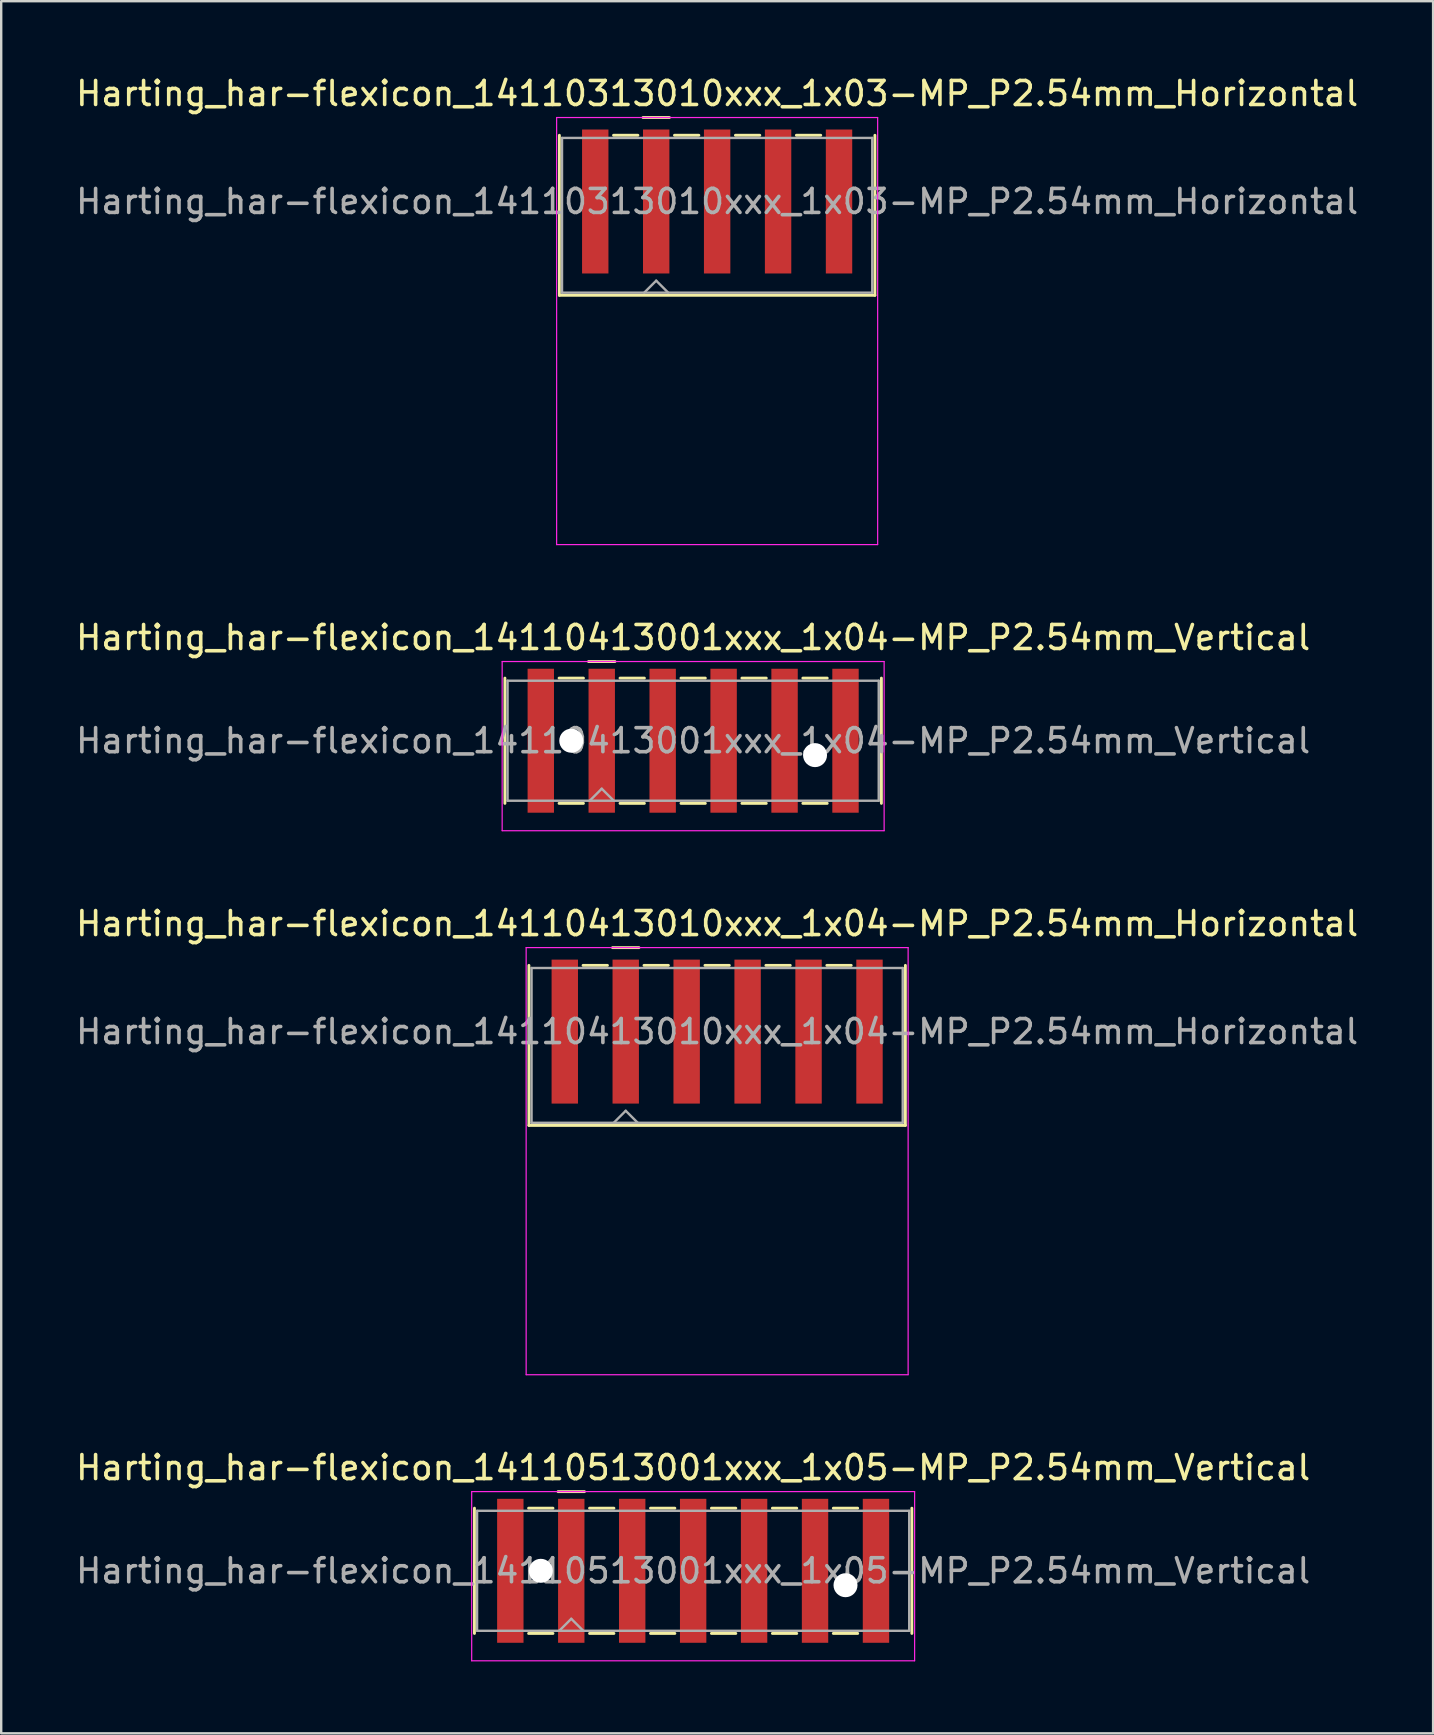
<source format=kicad_pcb>
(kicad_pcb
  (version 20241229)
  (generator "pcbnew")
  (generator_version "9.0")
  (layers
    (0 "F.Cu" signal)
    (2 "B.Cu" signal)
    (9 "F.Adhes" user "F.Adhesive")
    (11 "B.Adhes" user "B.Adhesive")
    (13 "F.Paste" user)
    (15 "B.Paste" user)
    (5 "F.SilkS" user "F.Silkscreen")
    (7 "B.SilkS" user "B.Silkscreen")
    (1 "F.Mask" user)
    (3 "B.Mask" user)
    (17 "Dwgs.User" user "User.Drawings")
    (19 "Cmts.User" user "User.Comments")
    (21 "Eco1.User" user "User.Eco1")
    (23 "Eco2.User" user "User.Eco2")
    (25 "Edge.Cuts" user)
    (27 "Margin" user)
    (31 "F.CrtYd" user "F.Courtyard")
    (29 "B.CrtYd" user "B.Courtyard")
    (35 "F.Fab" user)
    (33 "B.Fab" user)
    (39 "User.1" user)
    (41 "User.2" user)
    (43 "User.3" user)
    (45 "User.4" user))
  (footprint "Harting_har-flexicon_14110413001xxx_1x04-MP_P2.54mm_Vertical"
    (layer "F.Cu")
    (at 25.839 27.822)
    (property "Reference" "Harting_har-flexicon_14110413001xxx_1x04-MP_P2.54mm_Vertical" (at 0 -4.3 0) (layer "F.SilkS") (effects (font (size 1 1) (thickness 0.15))))
    (attr smd)
    (fp_line (start -7.845 -2.61) (end -7.845 2.61) (stroke (width 0.12) (type solid)) (layer "F.SilkS"))
    (fp_line (start -5.588 -2.61) (end -4.572 -2.61) (stroke (width 0.12) (type solid)) (layer "F.SilkS"))
    (fp_line (start -5.588 2.61) (end -4.572 2.61) (stroke (width 0.12) (type solid)) (layer "F.SilkS"))
    (fp_line (start -4.36 -3.3) (end -3.26 -3.3) (stroke (width 0.12) (type solid)) (layer "F.SilkS"))
    (fp_line (start -3.048 -2.61) (end -2.032 -2.61) (stroke (width 0.12) (type solid)) (layer "F.SilkS"))
    (fp_line (start -3.048 2.61) (end -2.032 2.61) (stroke (width 0.12) (type solid)) (layer "F.SilkS"))
    (fp_line (start -0.508 -2.61) (end 0.508 -2.61) (stroke (width 0.12) (type solid)) (layer "F.SilkS"))
    (fp_line (start -0.508 2.61) (end 0.508 2.61) (stroke (width 0.12) (type solid)) (layer "F.SilkS"))
    (fp_line (start 2.032 -2.61) (end 3.048 -2.61) (stroke (width 0.12) (type solid)) (layer "F.SilkS"))
    (fp_line (start 2.032 2.61) (end 3.048 2.61) (stroke (width 0.12) (type solid)) (layer "F.SilkS"))
    (fp_line (start 4.572 -2.61) (end 5.588 -2.61) (stroke (width 0.12) (type solid)) (layer "F.SilkS"))
    (fp_line (start 4.572 2.61) (end 5.588 2.61) (stroke (width 0.12) (type solid)) (layer "F.SilkS"))
    (fp_line (start 7.845 -2.61) (end 7.845 2.61) (stroke (width 0.12) (type solid)) (layer "F.SilkS"))
    (fp_line (start -7.96 -3.3) (end -7.96 3.75) (stroke (width 0.05) (type solid)) (layer "F.CrtYd"))
    (fp_line (start -7.96 3.75) (end 7.96 3.75) (stroke (width 0.05) (type solid)) (layer "F.CrtYd"))
    (fp_line (start 7.96 -3.3) (end -7.96 -3.3) (stroke (width 0.05) (type solid)) (layer "F.CrtYd"))
    (fp_line (start 7.96 3.75) (end 7.96 -3.3) (stroke (width 0.05) (type solid)) (layer "F.CrtYd"))
    (fp_line (start -7.735 -2.5) (end -7.735 2.5) (stroke (width 0.1) (type solid)) (layer "F.Fab"))
    (fp_line (start -7.735 2.5) (end 7.735 2.5) (stroke (width 0.1) (type solid)) (layer "F.Fab"))
    (fp_line (start -4.31 2.5) (end -3.81 2) (stroke (width 0.1) (type solid)) (layer "F.Fab"))
    (fp_line (start -3.81 2) (end -3.31 2.5) (stroke (width 0.1) (type solid)) (layer "F.Fab"))
    (fp_line (start 7.735 -2.5) (end -7.735 -2.5) (stroke (width 0.1) (type solid)) (layer "F.Fab"))
    (fp_line (start 7.735 2.5) (end 7.735 -2.5) (stroke (width 0.1) (type solid)) (layer "F.Fab"))
    (fp_text user "${REFERENCE}" (at 0 0 0) (layer "F.Fab") (effects (font (size 1 1) (thickness 0.15))))
    (pad "" np_thru_hole circle (at -5.08 0) (size 1 1) (drill 1) (layers "*.Cu" "*.Mask"))
    (pad "" np_thru_hole circle (at 5.08 0.6) (size 1 1) (drill 1) (layers "*.Cu" "*.Mask"))
    (pad "1" smd rect (at -3.81 0) (size 1.1 6) (layers "F.Cu" "F.Mask" "F.Paste"))
    (pad "2" smd rect (at -1.27 0) (size 1.1 6) (layers "F.Cu" "F.Mask" "F.Paste"))
    (pad "3" smd rect (at 1.27 0) (size 1.1 6) (layers "F.Cu" "F.Mask" "F.Paste"))
    (pad "4" smd rect (at 3.81 0) (size 1.1 6) (layers "F.Cu" "F.Mask" "F.Paste"))
    (pad "MP" smd rect (at -6.35 0) (size 1.1 6) (layers "F.Cu" "F.Mask" "F.Paste"))
    (pad "MP" smd rect (at 6.35 0) (size 1.1 6) (layers "F.Cu" "F.Mask" "F.Paste")))
  (footprint "Harting_har-flexicon_14110413010xxx_1x04-MP_P2.54mm_Horizontal"
    (layer "F.Cu")
    (at 26.839 41.245)
    (property "Reference" "Harting_har-flexicon_14110413010xxx_1x04-MP_P2.54mm_Horizontal" (at 0 -5.8 0) (layer "F.SilkS") (effects (font (size 1 1) (thickness 0.15))))
    (attr smd)
    (fp_line (start -7.845 -4.06) (end -7.845 2.61) (stroke (width 0.12) (type solid)) (layer "F.SilkS"))
    (fp_line (start -5.588 -4.06) (end -4.572 -4.06) (stroke (width 0.12) (type solid)) (layer "F.SilkS"))
    (fp_line (start -4.36 -4.8) (end -3.26 -4.8) (stroke (width 0.12) (type solid)) (layer "F.SilkS"))
    (fp_line (start -3.048 -4.06) (end -2.032 -4.06) (stroke (width 0.12) (type solid)) (layer "F.SilkS"))
    (fp_line (start -0.508 -4.06) (end 0.508 -4.06) (stroke (width 0.12) (type solid)) (layer "F.SilkS"))
    (fp_line (start 2.032 -4.06) (end 3.048 -4.06) (stroke (width 0.12) (type solid)) (layer "F.SilkS"))
    (fp_line (start 4.572 -4.06) (end 5.588 -4.06) (stroke (width 0.12) (type solid)) (layer "F.SilkS"))
    (fp_line (start 7.845 -4.06) (end 7.845 2.61) (stroke (width 0.12) (type solid)) (layer "F.SilkS"))
    (fp_line (start 7.845 2.61) (end -7.845 2.61) (stroke (width 0.12) (type solid)) (layer "F.SilkS"))
    (fp_line (start -7.96 -4.8) (end -7.96 13) (stroke (width 0.05) (type solid)) (layer "F.CrtYd"))
    (fp_line (start -7.96 13) (end 7.96 13) (stroke (width 0.05) (type solid)) (layer "F.CrtYd"))
    (fp_line (start 7.96 -4.8) (end -7.96 -4.8) (stroke (width 0.05) (type solid)) (layer "F.CrtYd"))
    (fp_line (start 7.96 13) (end 7.96 -4.8) (stroke (width 0.05) (type solid)) (layer "F.CrtYd"))
    (fp_line (start -7.735 -3.95) (end -7.735 2.5) (stroke (width 0.1) (type solid)) (layer "F.Fab"))
    (fp_line (start -7.735 2.5) (end 7.735 2.5) (stroke (width 0.1) (type solid)) (layer "F.Fab"))
    (fp_line (start -4.31 2.5) (end -3.81 2) (stroke (width 0.1) (type solid)) (layer "F.Fab"))
    (fp_line (start -3.81 2) (end -3.31 2.5) (stroke (width 0.1) (type solid)) (layer "F.Fab"))
    (fp_line (start 7.735 -3.95) (end -7.735 -3.95) (stroke (width 0.1) (type solid)) (layer "F.Fab"))
    (fp_line (start 7.735 2.5) (end 7.735 -3.95) (stroke (width 0.1) (type solid)) (layer "F.Fab"))
    (fp_text user "${REFERENCE}" (at 0 -1.3 0) (layer "F.Fab") (effects (font (size 1 1) (thickness 0.15))))
    (pad "1" smd rect (at -3.81 -1.3) (size 1.1 6) (layers "F.Cu" "F.Mask" "F.Paste"))
    (pad "2" smd rect (at -1.27 -1.3) (size 1.1 6) (layers "F.Cu" "F.Mask" "F.Paste"))
    (pad "3" smd rect (at 1.27 -1.3) (size 1.1 6) (layers "F.Cu" "F.Mask" "F.Paste"))
    (pad "4" smd rect (at 3.81 -1.3) (size 1.1 6) (layers "F.Cu" "F.Mask" "F.Paste"))
    (pad "MP" smd rect (at -6.35 -1.3) (size 1.1 6) (layers "F.Cu" "F.Mask" "F.Paste"))
    (pad "MP" smd rect (at 6.35 -1.3) (size 1.1 6) (layers "F.Cu" "F.Mask" "F.Paste")))
  (footprint "Harting_har-flexicon_14110313010xxx_1x03-MP_P2.54mm_Horizontal"
    (layer "F.Cu")
    (at 26.839 6.648)
    (property "Reference" "Harting_har-flexicon_14110313010xxx_1x03-MP_P2.54mm_Horizontal" (at 0 -5.8 0) (layer "F.SilkS") (effects (font (size 1 1) (thickness 0.15))))
    (attr smd)
    (fp_line (start -6.575 -4.06) (end -6.575 2.61) (stroke (width 0.12) (type solid)) (layer "F.SilkS"))
    (fp_line (start -4.318 -4.06) (end -3.302 -4.06) (stroke (width 0.12) (type solid)) (layer "F.SilkS"))
    (fp_line (start -3.09 -4.8) (end -1.99 -4.8) (stroke (width 0.12) (type solid)) (layer "F.SilkS"))
    (fp_line (start -1.778 -4.06) (end -0.762 -4.06) (stroke (width 0.12) (type solid)) (layer "F.SilkS"))
    (fp_line (start 0.762 -4.06) (end 1.778 -4.06) (stroke (width 0.12) (type solid)) (layer "F.SilkS"))
    (fp_line (start 3.302 -4.06) (end 4.318 -4.06) (stroke (width 0.12) (type solid)) (layer "F.SilkS"))
    (fp_line (start 6.575 -4.06) (end 6.575 2.61) (stroke (width 0.12) (type solid)) (layer "F.SilkS"))
    (fp_line (start 6.575 2.61) (end -6.575 2.61) (stroke (width 0.12) (type solid)) (layer "F.SilkS"))
    (fp_line (start -6.69 -4.8) (end -6.69 13) (stroke (width 0.05) (type solid)) (layer "F.CrtYd"))
    (fp_line (start -6.69 13) (end 6.69 13) (stroke (width 0.05) (type solid)) (layer "F.CrtYd"))
    (fp_line (start 6.69 -4.8) (end -6.69 -4.8) (stroke (width 0.05) (type solid)) (layer "F.CrtYd"))
    (fp_line (start 6.69 13) (end 6.69 -4.8) (stroke (width 0.05) (type solid)) (layer "F.CrtYd"))
    (fp_line (start -6.465 -3.95) (end -6.465 2.5) (stroke (width 0.1) (type solid)) (layer "F.Fab"))
    (fp_line (start -6.465 2.5) (end 6.465 2.5) (stroke (width 0.1) (type solid)) (layer "F.Fab"))
    (fp_line (start -3.04 2.5) (end -2.54 2) (stroke (width 0.1) (type solid)) (layer "F.Fab"))
    (fp_line (start -2.54 2) (end -2.04 2.5) (stroke (width 0.1) (type solid)) (layer "F.Fab"))
    (fp_line (start 6.465 -3.95) (end -6.465 -3.95) (stroke (width 0.1) (type solid)) (layer "F.Fab"))
    (fp_line (start 6.465 2.5) (end 6.465 -3.95) (stroke (width 0.1) (type solid)) (layer "F.Fab"))
    (fp_text user "${REFERENCE}" (at 0 -1.3 0) (layer "F.Fab") (effects (font (size 1 1) (thickness 0.15))))
    (pad "1" smd rect (at -2.54 -1.3) (size 1.1 6) (layers "F.Cu" "F.Mask" "F.Paste"))
    (pad "2" smd rect (at 0 -1.3) (size 1.1 6) (layers "F.Cu" "F.Mask" "F.Paste"))
    (pad "3" smd rect (at 2.54 -1.3) (size 1.1 6) (layers "F.Cu" "F.Mask" "F.Paste"))
    (pad "MP" smd rect (at -5.08 -1.3) (size 1.1 6) (layers "F.Cu" "F.Mask" "F.Paste"))
    (pad "MP" smd rect (at 5.08 -1.3) (size 1.1 6) (layers "F.Cu" "F.Mask" "F.Paste")))
  (footprint "Harting_har-flexicon_14110513001xxx_1x05-MP_P2.54mm_Vertical"
    (layer "F.Cu")
    (at 25.839 62.418)
    (property "Reference" "Harting_har-flexicon_14110513001xxx_1x05-MP_P2.54mm_Vertical" (at 0 -4.3 0) (layer "F.SilkS") (effects (font (size 1 1) (thickness 0.15))))
    (attr smd)
    (fp_line (start -9.115 -2.61) (end -9.115 2.61) (stroke (width 0.12) (type solid)) (layer "F.SilkS"))
    (fp_line (start -6.858 -2.61) (end -5.842 -2.61) (stroke (width 0.12) (type solid)) (layer "F.SilkS"))
    (fp_line (start -6.858 2.61) (end -5.842 2.61) (stroke (width 0.12) (type solid)) (layer "F.SilkS"))
    (fp_line (start -5.63 -3.3) (end -4.53 -3.3) (stroke (width 0.12) (type solid)) (layer "F.SilkS"))
    (fp_line (start -4.318 -2.61) (end -3.302 -2.61) (stroke (width 0.12) (type solid)) (layer "F.SilkS"))
    (fp_line (start -4.318 2.61) (end -3.302 2.61) (stroke (width 0.12) (type solid)) (layer "F.SilkS"))
    (fp_line (start -1.778 -2.61) (end -0.762 -2.61) (stroke (width 0.12) (type solid)) (layer "F.SilkS"))
    (fp_line (start -1.778 2.61) (end -0.762 2.61) (stroke (width 0.12) (type solid)) (layer "F.SilkS"))
    (fp_line (start 0.762 -2.61) (end 1.778 -2.61) (stroke (width 0.12) (type solid)) (layer "F.SilkS"))
    (fp_line (start 0.762 2.61) (end 1.778 2.61) (stroke (width 0.12) (type solid)) (layer "F.SilkS"))
    (fp_line (start 3.302 -2.61) (end 4.318 -2.61) (stroke (width 0.12) (type solid)) (layer "F.SilkS"))
    (fp_line (start 3.302 2.61) (end 4.318 2.61) (stroke (width 0.12) (type solid)) (layer "F.SilkS"))
    (fp_line (start 5.842 -2.61) (end 6.858 -2.61) (stroke (width 0.12) (type solid)) (layer "F.SilkS"))
    (fp_line (start 5.842 2.61) (end 6.858 2.61) (stroke (width 0.12) (type solid)) (layer "F.SilkS"))
    (fp_line (start 9.115 -2.61) (end 9.115 2.61) (stroke (width 0.12) (type solid)) (layer "F.SilkS"))
    (fp_line (start -9.23 -3.3) (end -9.23 3.75) (stroke (width 0.05) (type solid)) (layer "F.CrtYd"))
    (fp_line (start -9.23 3.75) (end 9.23 3.75) (stroke (width 0.05) (type solid)) (layer "F.CrtYd"))
    (fp_line (start 9.23 -3.3) (end -9.23 -3.3) (stroke (width 0.05) (type solid)) (layer "F.CrtYd"))
    (fp_line (start 9.23 3.75) (end 9.23 -3.3) (stroke (width 0.05) (type solid)) (layer "F.CrtYd"))
    (fp_line (start -9.005 -2.5) (end -9.005 2.5) (stroke (width 0.1) (type solid)) (layer "F.Fab"))
    (fp_line (start -9.005 2.5) (end 9.005 2.5) (stroke (width 0.1) (type solid)) (layer "F.Fab"))
    (fp_line (start -5.58 2.5) (end -5.08 2) (stroke (width 0.1) (type solid)) (layer "F.Fab"))
    (fp_line (start -5.08 2) (end -4.58 2.5) (stroke (width 0.1) (type solid)) (layer "F.Fab"))
    (fp_line (start 9.005 -2.5) (end -9.005 -2.5) (stroke (width 0.1) (type solid)) (layer "F.Fab"))
    (fp_line (start 9.005 2.5) (end 9.005 -2.5) (stroke (width 0.1) (type solid)) (layer "F.Fab"))
    (fp_text user "${REFERENCE}" (at 0 0 0) (layer "F.Fab") (effects (font (size 1 1) (thickness 0.15))))
    (pad "" np_thru_hole circle (at -6.35 0) (size 1 1) (drill 1) (layers "*.Cu" "*.Mask"))
    (pad "" np_thru_hole circle (at 6.35 0.6) (size 1 1) (drill 1) (layers "*.Cu" "*.Mask"))
    (pad "1" smd rect (at -5.08 0) (size 1.1 6) (layers "F.Cu" "F.Mask" "F.Paste"))
    (pad "2" smd rect (at -2.54 0) (size 1.1 6) (layers "F.Cu" "F.Mask" "F.Paste"))
    (pad "3" smd rect (at 0 0) (size 1.1 6) (layers "F.Cu" "F.Mask" "F.Paste"))
    (pad "4" smd rect (at 2.54 0) (size 1.1 6) (layers "F.Cu" "F.Mask" "F.Paste"))
    (pad "5" smd rect (at 5.08 0) (size 1.1 6) (layers "F.Cu" "F.Mask" "F.Paste"))
    (pad "MP" smd rect (at -7.62 0) (size 1.1 6) (layers "F.Cu" "F.Mask" "F.Paste"))
    (pad "MP" smd rect (at 7.62 0) (size 1.1 6) (layers "F.Cu" "F.Mask" "F.Paste")))
  (gr_rect
    (start -3 -3)
    (end 56.679 69.193)
    (stroke (width 0.1) (type default))
    (fill no)
    (layer "Edge.Cuts")))
</source>
